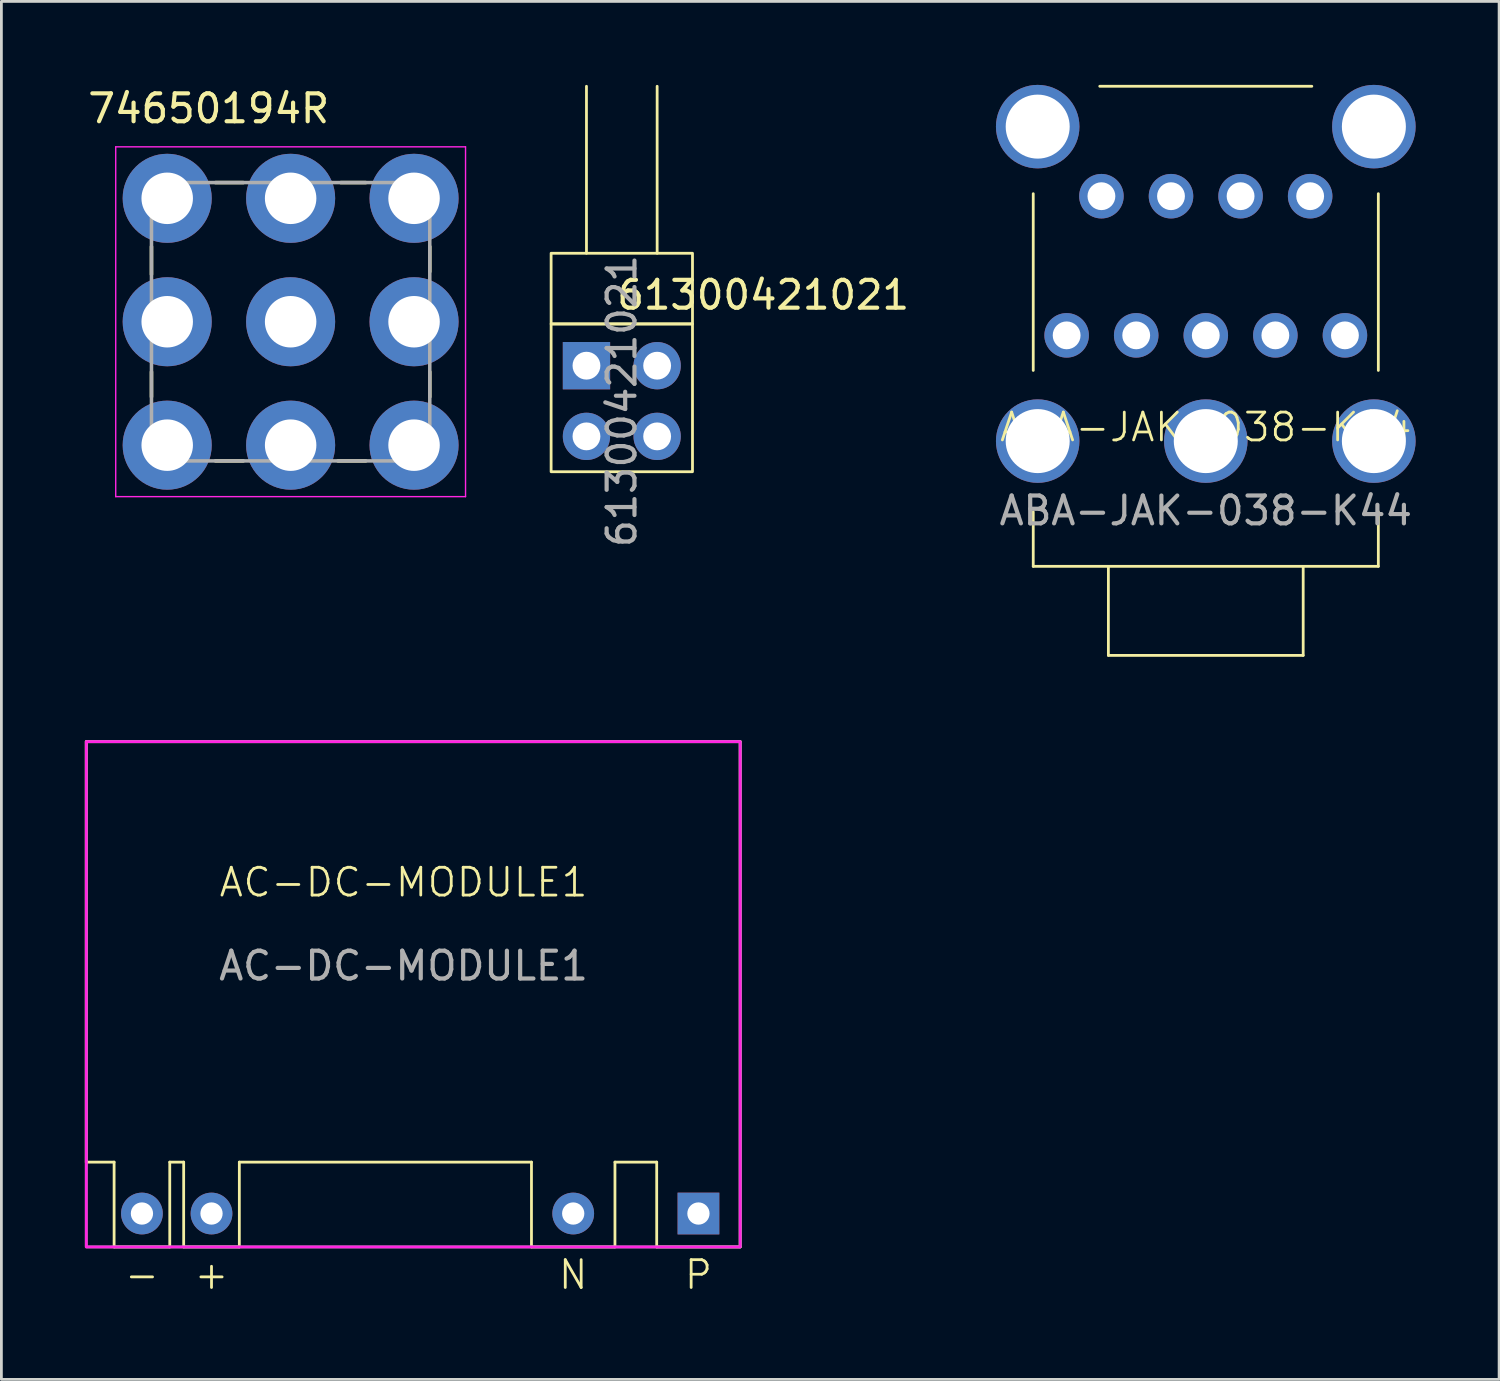
<source format=kicad_pcb>
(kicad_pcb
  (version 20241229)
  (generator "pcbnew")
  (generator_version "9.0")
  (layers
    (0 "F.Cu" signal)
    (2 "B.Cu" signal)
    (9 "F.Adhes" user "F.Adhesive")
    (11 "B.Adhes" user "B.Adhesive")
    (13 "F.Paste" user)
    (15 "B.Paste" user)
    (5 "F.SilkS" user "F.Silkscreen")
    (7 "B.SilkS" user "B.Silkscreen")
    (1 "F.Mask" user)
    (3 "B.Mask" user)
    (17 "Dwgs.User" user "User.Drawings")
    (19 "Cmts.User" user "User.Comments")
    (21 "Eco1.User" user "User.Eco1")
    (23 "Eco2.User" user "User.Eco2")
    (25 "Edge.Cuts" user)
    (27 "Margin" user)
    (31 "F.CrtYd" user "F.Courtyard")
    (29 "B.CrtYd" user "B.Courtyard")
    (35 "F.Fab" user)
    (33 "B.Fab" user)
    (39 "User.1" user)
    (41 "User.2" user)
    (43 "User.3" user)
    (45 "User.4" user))
  (footprint "61300421021"
    (layer "F.Cu")
    (at 19.293 11.36)
    (property "Reference" "61300421021" (at 5.08 -3.81 0) (layer "F.SilkS") (effects (font (size 1 1) (thickness 0.15))))
    (attr through_hole)
    (fp_line (start -1.27 -11.31) (end -1.27 -5.31) (stroke (width 0.1) (type default)) (layer "F.SilkS"))
    (fp_line (start 1.27 -5.31) (end 1.27 -11.31) (stroke (width 0.1) (type default)) (layer "F.SilkS"))
    (fp_rect (start -2.54 -5.31) (end 2.54 -2.77) (stroke (width 0.1) (type default)) (fill no) (layer "F.SilkS"))
    (fp_rect (start 2.54 2.54) (end -2.54 -2.77) (stroke (width 0.1) (type default)) (fill no) (layer "F.SilkS"))
    (fp_text user "${REFERENCE}" (at 0 0 90) (layer "F.Fab") (effects (font (size 1 1) (thickness 0.15))))
    (pad "1" thru_hole rect (at -1.27 -1.27) (size 1.7 1.7) (drill 1) (layers "*.Cu" "*.Mask"))
    (pad "2" thru_hole oval (at -1.27 1.27) (size 1.7 1.7) (drill 1) (layers "*.Cu" "*.Mask"))
    (pad "3" thru_hole oval (at 1.27 1.27) (size 1.7 1.7) (drill 1) (layers "*.Cu" "*.Mask"))
    (pad "4" thru_hole oval (at 1.27 -1.27) (size 1.7 1.7) (drill 1) (layers "*.Cu" "*.Mask")))
  (footprint "ABA-JAK-038-K44"
    (layer "F.Cu")
    (at 40.277 12.8)
    (property "Reference" "ABA-JAK-038-K44" (at 0 -0.5 0) (unlocked yes) (layer "F.SilkS") (effects (font (size 1 1) (thickness 0.1))))
    (attr through_hole)
    (fp_line (start -6.2 -8.89) (end -6.2 -2.54) (stroke (width 0.1) (type default)) (layer "F.SilkS"))
    (fp_line (start -6.2 4.5) (end -6.2 2.54) (stroke (width 0.1) (type default)) (layer "F.SilkS"))
    (fp_line (start -3.81 -12.75) (end 3.81 -12.75) (stroke (width 0.1) (type default)) (layer "F.SilkS"))
    (fp_line (start -3.5 7.7) (end -3.5 4.5) (stroke (width 0.1) (type default)) (layer "F.SilkS"))
    (fp_line (start 3.5 4.5) (end 3.5 7.7) (stroke (width 0.1) (type default)) (layer "F.SilkS"))
    (fp_line (start 3.5 7.7) (end -3.5 7.7) (stroke (width 0.1) (type default)) (layer "F.SilkS"))
    (fp_line (start 6.2 -2.54) (end 6.2 -8.89) (stroke (width 0.1) (type default)) (layer "F.SilkS"))
    (fp_line (start 6.2 2.54) (end 6.2 4.5) (stroke (width 0.1) (type default)) (layer "F.SilkS"))
    (fp_line (start 6.2 4.5) (end -6.2 4.5) (stroke (width 0.1) (type default)) (layer "F.SilkS"))
    (fp_text user "${REFERENCE}" (at 0 2.5 0) (unlocked yes) (layer "F.Fab") (effects (font (size 1 1) (thickness 0.15))))
    (pad "" thru_hole circle (at -6.04 -11.3) (size 3 3) (drill 2.3) (layers "*.Cu" "*.Mask"))
    (pad "" thru_hole circle (at -6.04 0) (size 3 3) (drill 2.3) (layers "*.Cu" "*.Mask"))
    (pad "" thru_hole circle (at 0 0) (size 3 3) (drill 2.3) (layers "*.Cu" "*.Mask"))
    (pad "" thru_hole circle (at 6.04 -11.3) (size 3 3) (drill 2.3) (layers "*.Cu" "*.Mask"))
    (pad "" thru_hole circle (at 6.04 0) (size 3 3) (drill 2.3) (layers "*.Cu" "*.Mask"))
    (pad "1" thru_hole circle (at 0 -3.8) (size 1.6 1.6) (drill 1) (layers "*.Cu" "*.Mask"))
    (pad "2" thru_hole circle (at 5 -3.8) (size 1.6 1.6) (drill 1) (layers "*.Cu" "*.Mask"))
    (pad "3" thru_hole circle (at 2.5 -3.8) (size 1.6 1.6) (drill 1) (layers "*.Cu" "*.Mask"))
    (pad "4" thru_hole circle (at -2.5 -3.8) (size 1.6 1.6) (drill 1) (layers "*.Cu" "*.Mask"))
    (pad "5" thru_hole circle (at -5 -3.8) (size 1.6 1.6) (drill 1) (layers "*.Cu" "*.Mask"))
    (pad "22" thru_hole circle (at 3.75 -8.8) (size 1.6 1.6) (drill 1) (layers "*.Cu" "*.Mask"))
    (pad "23" thru_hole circle (at 1.25 -8.8) (size 1.6 1.6) (drill 1) (layers "*.Cu" "*.Mask"))
    (pad "24" thru_hole circle (at -1.25 -8.8) (size 1.6 1.6) (drill 1) (layers "*.Cu" "*.Mask"))
    (pad "25" thru_hole circle (at -3.75 -8.8) (size 1.6 1.6) (drill 1) (layers "*.Cu" "*.Mask")))
  (footprint "AC-DC-MODULE1"
    (layer "F.Cu")
    (at 2.05 40.555)
    (property "Reference" "AC-DC-MODULE1" (at 9.4 -11.9 0) (unlocked yes) (layer "F.SilkS") (effects (font (size 1 1) (thickness 0.1))))
    (attr through_hole)
    (fp_line (start -2 -16.955) (end 21.497 -16.955) (stroke (width 0.1) (type default)) (layer "F.SilkS"))
    (fp_line (start -2 -1.847) (end -2 -16.955) (stroke (width 0.1) (type default)) (layer "F.SilkS"))
    (fp_line (start -1 -1.847) (end -2 -1.847) (stroke (width 0.1) (type default)) (layer "F.SilkS"))
    (fp_line (start -1 -1.847) (end -1 1.2) (stroke (width 0.1) (type default)) (layer "F.SilkS"))
    (fp_line (start -1 1.2) (end 1 1.2) (stroke (width 0.1) (type default)) (layer "F.SilkS"))
    (fp_line (start 1 -1.847) (end 1 1.2) (stroke (width 0.1) (type default)) (layer "F.SilkS"))
    (fp_line (start 1.5 -1.847) (end 1 -1.847) (stroke (width 0.1) (type default)) (layer "F.SilkS"))
    (fp_line (start 1.5 -1.847) (end 1.5 1.2) (stroke (width 0.1) (type default)) (layer "F.SilkS"))
    (fp_line (start 3.5 -1.847) (end 3.5 1.2) (stroke (width 0.1) (type default)) (layer "F.SilkS"))
    (fp_line (start 3.5 -1.847) (end 13.997 -1.847) (stroke (width 0.1) (type default)) (layer "F.SilkS"))
    (fp_line (start 3.5 1.2) (end 1.5 1.2) (stroke (width 0.1) (type default)) (layer "F.SilkS"))
    (fp_line (start 13.997 1.2) (end 13.997 -1.847) (stroke (width 0.1) (type default)) (layer "F.SilkS"))
    (fp_line (start 16.997 -1.847) (end 16.997 1.2) (stroke (width 0.1) (type default)) (layer "F.SilkS"))
    (fp_line (start 16.997 1.2) (end 13.997 1.2) (stroke (width 0.1) (type default)) (layer "F.SilkS"))
    (fp_line (start 18.497 -1.847) (end 16.997 -1.847) (stroke (width 0.1) (type default)) (layer "F.SilkS"))
    (fp_line (start 18.497 1.2) (end 18.497 -1.847) (stroke (width 0.1) (type default)) (layer "F.SilkS"))
    (fp_line (start 21.497 1.2) (end 18.497 1.2) (stroke (width 0.1) (type default)) (layer "F.SilkS"))
    (fp_line (start 21.497 1.2) (end 21.497 -16.955) (stroke (width 0.1) (type default)) (layer "F.SilkS"))
    (fp_rect (start -2 -16.955) (end 21.497 1.2) (stroke (width 0.1) (type default)) (fill no) (layer "F.CrtYd"))
    (fp_rect (start -2 -16.955) (end 21.497 1.2) (stroke (width 0.1) (type default)) (fill no) (layer "F.Fab"))
    (fp_text user "N" (at 15.497 2.2 0) (unlocked yes) (layer "F.SilkS") (effects (font (size 1 1) (thickness 0.1))))
    (fp_text user "P" (at 19.997 2.2 0) (unlocked yes) (layer "F.SilkS") (effects (font (size 1 1) (thickness 0.1))))
    (fp_text user "-" (at 0 2.2 0) (unlocked yes) (layer "F.SilkS") (effects (font (size 1 1) (thickness 0.1))))
    (fp_text user "+" (at 2.5 2.2 0) (unlocked yes) (layer "F.SilkS") (effects (font (size 1 1) (thickness 0.1))))
    (fp_text user "${REFERENCE}" (at 9.4 -8.9 0) (unlocked yes) (layer "F.Fab") (effects (font (size 1 1) (thickness 0.15))))
    (pad "1" thru_hole rect (at 19.997 0) (size 1.5 1.5) (drill 0.8) (layers "*.Cu" "*.Mask"))
    (pad "2" thru_hole circle (at 15.497 0) (size 1.5 1.5) (drill 0.8) (layers "*.Cu" "*.Mask"))
    (pad "3" thru_hole circle (at 2.5 0) (size 1.5 1.5) (drill 0.8) (layers "*.Cu" "*.Mask"))
    (pad "4" thru_hole circle (at 0 0) (size 1.5 1.5) (drill 0.8) (layers "*.Cu" "*.Mask")))
  (footprint "74650194R"
    (layer "F.Cu")
    (at 7.393 8.511)
    (property "Reference" "74650194R" (at -2.945 -7.661 0) (layer "F.SilkS") (effects (font (size 1.003 1.003) (thickness 0.15))))
    (attr through_hole)
    (fp_line (start -5 -2.7) (end -5 -1.7) (stroke (width 0.127) (type solid)) (layer "F.SilkS"))
    (fp_line (start -5 1.8) (end -5 2.7) (stroke (width 0.127) (type solid)) (layer "F.SilkS"))
    (fp_line (start -2.7 -5) (end -1.7 -5) (stroke (width 0.127) (type solid)) (layer "F.SilkS"))
    (fp_line (start -2.7 5) (end -1.7 5) (stroke (width 0.127) (type solid)) (layer "F.SilkS"))
    (fp_line (start 1.7 5) (end 2.7 5) (stroke (width 0.127) (type solid)) (layer "F.SilkS"))
    (fp_line (start 1.8 -5) (end 2.7 -5) (stroke (width 0.127) (type solid)) (layer "F.SilkS"))
    (fp_line (start 5 -2.7) (end 5 -1.8) (stroke (width 0.127) (type solid)) (layer "F.SilkS"))
    (fp_line (start 5 1.8) (end 5 2.7) (stroke (width 0.127) (type solid)) (layer "F.SilkS"))
    (fp_circle (center -4.435 -4.435) (end -3.685 -4.435) (stroke (width 1.6) (type solid)) (fill no) (layer "F.Paste"))
    (fp_circle (center -4.435 0) (end -3.685 0) (stroke (width 1.6) (type solid)) (fill no) (layer "F.Paste"))
    (fp_circle (center -4.435 4.435) (end -3.685 4.435) (stroke (width 1.6) (type solid)) (fill no) (layer "F.Paste"))
    (fp_circle (center 0 -4.435) (end 0.75 -4.435) (stroke (width 1.6) (type solid)) (fill no) (layer "F.Paste"))
    (fp_circle (center 0 0) (end 0.75 0) (stroke (width 1.6) (type solid)) (fill no) (layer "F.Paste"))
    (fp_circle (center 0 4.435) (end 0.75 4.435) (stroke (width 1.6) (type solid)) (fill no) (layer "F.Paste"))
    (fp_circle (center 4.435 -4.435) (end 5.185 -4.435) (stroke (width 1.6) (type solid)) (fill no) (layer "F.Paste"))
    (fp_circle (center 4.435 0) (end 5.185 0) (stroke (width 1.6) (type solid)) (fill no) (layer "F.Paste"))
    (fp_circle (center 4.435 4.435) (end 5.185 4.435) (stroke (width 1.6) (type solid)) (fill no) (layer "F.Paste"))
    (fp_line (start -6.285 -6.285) (end 6.285 -6.285) (stroke (width 0.05) (type solid)) (layer "F.CrtYd"))
    (fp_line (start -6.285 6.285) (end -6.285 -6.285) (stroke (width 0.05) (type solid)) (layer "F.CrtYd"))
    (fp_line (start 6.285 -6.285) (end 6.285 6.285) (stroke (width 0.05) (type solid)) (layer "F.CrtYd"))
    (fp_line (start 6.285 6.285) (end -6.285 6.285) (stroke (width 0.05) (type solid)) (layer "F.CrtYd"))
    (fp_line (start -5 -5) (end 5 -5) (stroke (width 0.127) (type solid)) (layer "F.Fab"))
    (fp_line (start -5 5) (end -5 -5) (stroke (width 0.127) (type solid)) (layer "F.Fab"))
    (fp_line (start 5 -5) (end 5 5) (stroke (width 0.127) (type solid)) (layer "F.Fab"))
    (fp_line (start 5 5) (end -5 5) (stroke (width 0.127) (type solid)) (layer "F.Fab"))
    (pad "1" thru_hole circle (at -4.435 -4.435) (size 3.2 3.2) (drill 1.85) (layers "*.Cu" "*.Mask"))
    (pad "1" thru_hole circle (at -4.435 0) (size 3.2 3.2) (drill 1.85) (layers "*.Cu" "*.Mask"))
    (pad "1" thru_hole circle (at -4.435 4.435) (size 3.2 3.2) (drill 1.85) (layers "*.Cu" "*.Mask"))
    (pad "1" thru_hole circle (at 0 -4.435) (size 3.2 3.2) (drill 1.85) (layers "*.Cu" "*.Mask"))
    (pad "1" thru_hole circle (at 0 0) (size 3.2 3.2) (drill 1.85) (layers "*.Cu" "*.Mask"))
    (pad "1" thru_hole circle (at 0 4.435) (size 3.2 3.2) (drill 1.85) (layers "*.Cu" "*.Mask"))
    (pad "1" thru_hole circle (at 4.435 -4.435) (size 3.2 3.2) (drill 1.85) (layers "*.Cu" "*.Mask"))
    (pad "1" thru_hole circle (at 4.435 0) (size 3.2 3.2) (drill 1.85) (layers "*.Cu" "*.Mask"))
    (pad "1" thru_hole circle (at 4.435 4.435) (size 3.2 3.2) (drill 1.85) (layers "*.Cu" "*.Mask")))
  (gr_rect
    (start -3 -3)
    (end 50.817 46.516)
    (stroke (width 0.1) (type default))
    (fill no)
    (layer "Edge.Cuts")))
</source>
